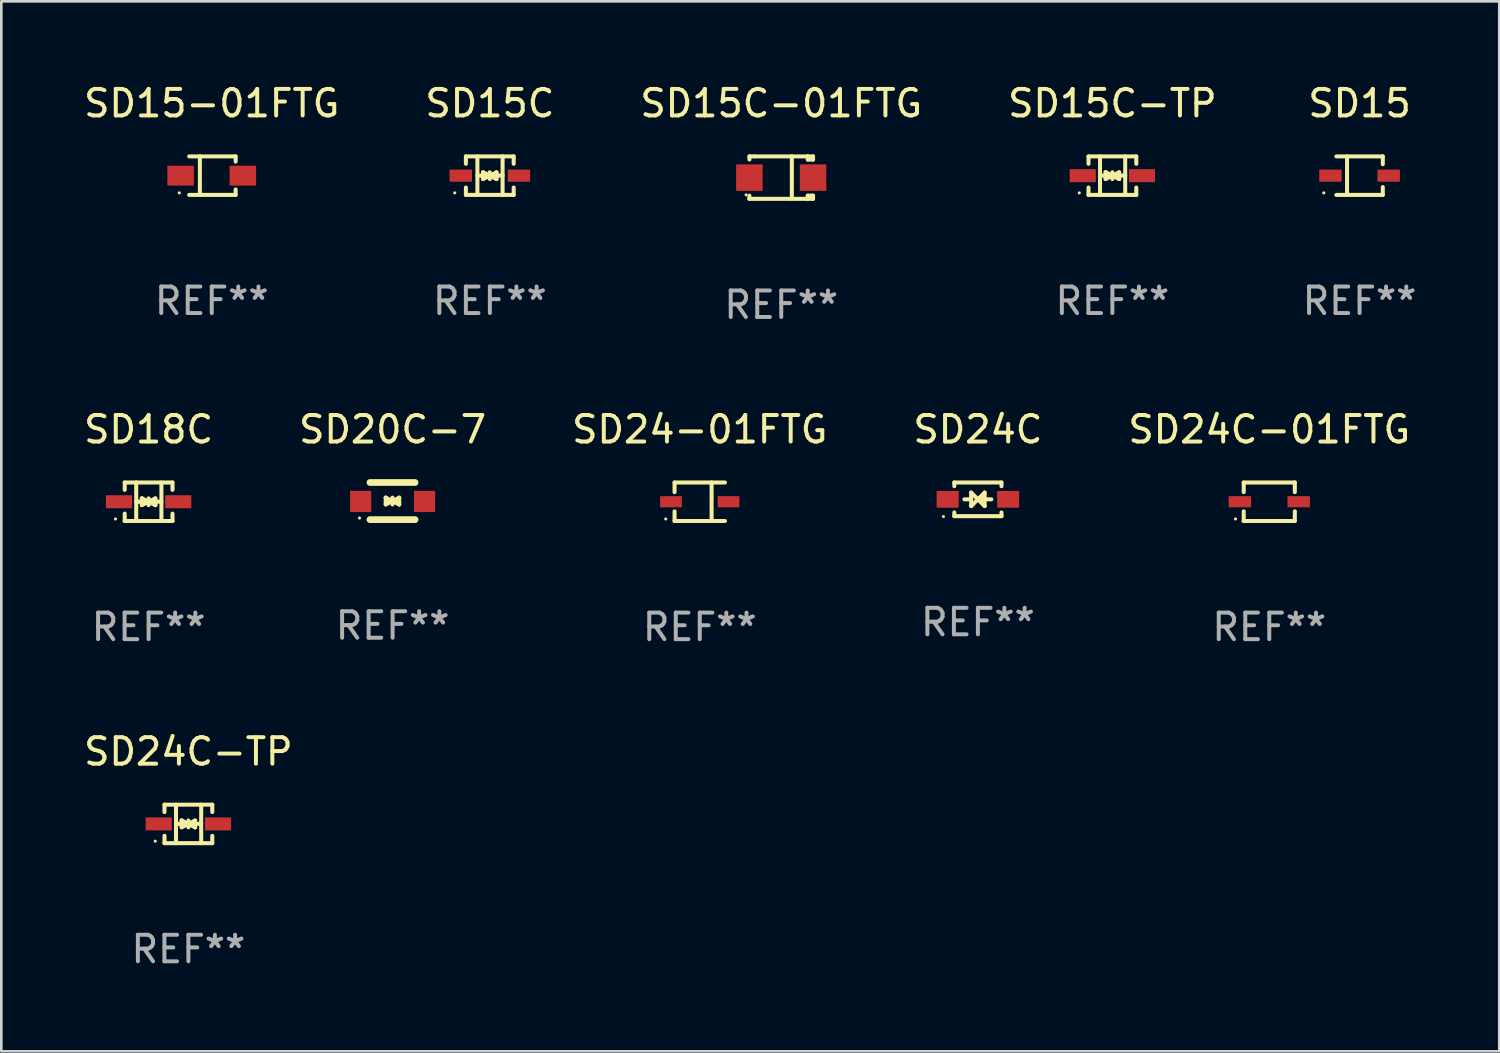
<source format=kicad_pcb>
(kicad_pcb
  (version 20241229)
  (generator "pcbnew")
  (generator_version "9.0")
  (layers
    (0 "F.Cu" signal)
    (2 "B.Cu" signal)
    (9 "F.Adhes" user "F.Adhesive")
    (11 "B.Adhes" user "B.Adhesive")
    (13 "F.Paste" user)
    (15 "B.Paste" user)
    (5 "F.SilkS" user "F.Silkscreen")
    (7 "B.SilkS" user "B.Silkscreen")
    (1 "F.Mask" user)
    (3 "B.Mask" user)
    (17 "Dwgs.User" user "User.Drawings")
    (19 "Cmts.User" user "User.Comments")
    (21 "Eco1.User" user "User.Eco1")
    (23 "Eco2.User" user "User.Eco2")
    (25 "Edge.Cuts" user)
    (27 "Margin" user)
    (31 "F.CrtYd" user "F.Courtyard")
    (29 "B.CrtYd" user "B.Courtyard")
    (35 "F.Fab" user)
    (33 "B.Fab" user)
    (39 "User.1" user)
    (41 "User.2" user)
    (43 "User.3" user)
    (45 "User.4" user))
  (footprint "SD24C-TP"
    (layer "F.Cu")
    (at 4.054 28.02)
    (property "Reference" "SD24C-TP" (at 0 -2.726 0) (layer "F.SilkS") (effects (font (size 1 1) (thickness 0.15))))
    (attr through_hole)
    (fp_line (start -0.901 -0.726) (end -0.901 -0.448) (stroke (width 0.152) (type solid)) (layer "F.SilkS"))
    (fp_line (start -0.901 0.726) (end -0.901 0.448) (stroke (width 0.152) (type solid)) (layer "F.SilkS"))
    (fp_line (start -0.467 0) (end 0.483 -0.003) (stroke (width 0.154) (type solid)) (layer "F.SilkS"))
    (fp_line (start -0.467 0.726) (end -0.467 -0.726) (stroke (width 0.152) (type solid)) (layer "F.SilkS"))
    (fp_line (start -0.254 -0.127) (end -0.254 -0.127) (stroke (width 0.154) (type solid)) (layer "F.SilkS"))
    (fp_line (start -0.254 -0.127) (end -0.002 -0.003) (stroke (width 0.154) (type solid)) (layer "F.SilkS"))
    (fp_line (start -0.254 0.127) (end -0.254 -0.127) (stroke (width 0.154) (type solid)) (layer "F.SilkS"))
    (fp_line (start -0.127 0) (end 0.003 0) (stroke (width 0.154) (type solid)) (layer "F.SilkS"))
    (fp_line (start -0.003 0) (end -0.254 0.127) (stroke (width 0.154) (type solid)) (layer "F.SilkS"))
    (fp_line (start 0 -0.127) (end 0 0.127) (stroke (width 0.154) (type solid)) (layer "F.SilkS"))
    (fp_line (start 0.003 0) (end 0.254 -0.127) (stroke (width 0.154) (type solid)) (layer "F.SilkS"))
    (fp_line (start 0.127 0) (end -0.003 0) (stroke (width 0.154) (type solid)) (layer "F.SilkS"))
    (fp_line (start 0.254 -0.127) (end 0.254 0.127) (stroke (width 0.154) (type solid)) (layer "F.SilkS"))
    (fp_line (start 0.254 0.127) (end 0.002 0.003) (stroke (width 0.154) (type solid)) (layer "F.SilkS"))
    (fp_line (start 0.254 0.127) (end 0.254 0.127) (stroke (width 0.154) (type solid)) (layer "F.SilkS"))
    (fp_line (start 0.483 0.726) (end 0.483 -0.726) (stroke (width 0.152) (type solid)) (layer "F.SilkS"))
    (fp_line (start 0.901 -0.726) (end -0.901 -0.726) (stroke (width 0.152) (type solid)) (layer "F.SilkS"))
    (fp_line (start 0.901 -0.726) (end 0.901 -0.448) (stroke (width 0.152) (type solid)) (layer "F.SilkS"))
    (fp_line (start 0.901 0.726) (end -0.901 0.726) (stroke (width 0.152) (type solid)) (layer "F.SilkS"))
    (fp_line (start 0.901 0.726) (end 0.901 0.448) (stroke (width 0.152) (type solid)) (layer "F.SilkS"))
    (fp_circle (center -1.25 0.65) (end -1.22 0.65) (stroke (width 0.06) (type solid)) (fill no) (layer "F.SilkS"))
    (fp_text user "REF**" (at 0 4.726 0) (layer "F.Fab") (effects (font (size 1 1) (thickness 0.15))))
    (pad "1" smd rect (at -1.118 0) (size 0.985 0.49) (layers "F.Cu" "F.Mask" "F.Paste"))
    (pad "2" smd rect (at 1.118 0) (size 0.985 0.49) (layers "F.Cu" "F.Mask" "F.Paste")))
  (footprint "SD18C"
    (layer "F.Cu")
    (at 2.554 15.871)
    (property "Reference" "SD18C" (at 0 -2.726 0) (layer "F.SilkS") (effects (font (size 1 1) (thickness 0.15))))
    (attr through_hole)
    (fp_line (start -0.901 -0.726) (end -0.901 -0.448) (stroke (width 0.152) (type solid)) (layer "F.SilkS"))
    (fp_line (start -0.901 0.726) (end -0.901 0.448) (stroke (width 0.152) (type solid)) (layer "F.SilkS"))
    (fp_line (start -0.467 0) (end 0.483 -0.003) (stroke (width 0.154) (type solid)) (layer "F.SilkS"))
    (fp_line (start -0.467 0.726) (end -0.467 -0.726) (stroke (width 0.152) (type solid)) (layer "F.SilkS"))
    (fp_line (start -0.254 -0.127) (end -0.254 -0.127) (stroke (width 0.154) (type solid)) (layer "F.SilkS"))
    (fp_line (start -0.254 -0.127) (end -0.002 -0.003) (stroke (width 0.154) (type solid)) (layer "F.SilkS"))
    (fp_line (start -0.254 0.127) (end -0.254 -0.127) (stroke (width 0.154) (type solid)) (layer "F.SilkS"))
    (fp_line (start -0.127 0) (end 0.003 0) (stroke (width 0.154) (type solid)) (layer "F.SilkS"))
    (fp_line (start -0.003 0) (end -0.254 0.127) (stroke (width 0.154) (type solid)) (layer "F.SilkS"))
    (fp_line (start 0 -0.127) (end 0 0.127) (stroke (width 0.154) (type solid)) (layer "F.SilkS"))
    (fp_line (start 0.003 0) (end 0.254 -0.127) (stroke (width 0.154) (type solid)) (layer "F.SilkS"))
    (fp_line (start 0.127 0) (end -0.003 0) (stroke (width 0.154) (type solid)) (layer "F.SilkS"))
    (fp_line (start 0.254 -0.127) (end 0.254 0.127) (stroke (width 0.154) (type solid)) (layer "F.SilkS"))
    (fp_line (start 0.254 0.127) (end 0.002 0.003) (stroke (width 0.154) (type solid)) (layer "F.SilkS"))
    (fp_line (start 0.254 0.127) (end 0.254 0.127) (stroke (width 0.154) (type solid)) (layer "F.SilkS"))
    (fp_line (start 0.483 0.726) (end 0.483 -0.726) (stroke (width 0.152) (type solid)) (layer "F.SilkS"))
    (fp_line (start 0.901 -0.726) (end -0.901 -0.726) (stroke (width 0.152) (type solid)) (layer "F.SilkS"))
    (fp_line (start 0.901 -0.726) (end 0.901 -0.448) (stroke (width 0.152) (type solid)) (layer "F.SilkS"))
    (fp_line (start 0.901 0.726) (end -0.901 0.726) (stroke (width 0.152) (type solid)) (layer "F.SilkS"))
    (fp_line (start 0.901 0.726) (end 0.901 0.448) (stroke (width 0.152) (type solid)) (layer "F.SilkS"))
    (fp_circle (center -1.25 0.65) (end -1.22 0.65) (stroke (width 0.06) (type solid)) (fill no) (layer "F.SilkS"))
    (fp_text user "REF**" (at 0 4.726 0) (layer "F.Fab") (effects (font (size 1 1) (thickness 0.15))))
    (pad "1" smd rect (at -1.118 0) (size 0.985 0.49) (layers "F.Cu" "F.Mask" "F.Paste"))
    (pad "2" smd rect (at 1.118 0) (size 0.985 0.49) (layers "F.Cu" "F.Mask" "F.Paste")))
  (footprint "SD15C-01FTG"
    (layer "F.Cu")
    (at 26.411 3.648)
    (property "Reference" "SD15C-01FTG" (at 0 -2.8 0) (layer "F.SilkS") (effects (font (size 1 1) (thickness 0.15))))
    (attr through_hole)
    (fp_line (start -1.2 -0.8) (end -1.2 -0.68) (stroke (width 0.152) (type solid)) (layer "F.SilkS"))
    (fp_line (start -1.2 0.68) (end -1.2 0.8) (stroke (width 0.152) (type solid)) (layer "F.SilkS"))
    (fp_line (start -1.2 0.8) (end -1 0.8) (stroke (width 0.152) (type solid)) (layer "F.SilkS"))
    (fp_line (start -1 -0.8) (end -1.2 -0.8) (stroke (width 0.152) (type solid)) (layer "F.SilkS"))
    (fp_line (start -1 -0.8) (end 1 -0.8) (stroke (width 0.152) (type solid)) (layer "F.SilkS"))
    (fp_line (start -1 0.8) (end 1 0.8) (stroke (width 0.152) (type solid)) (layer "F.SilkS"))
    (fp_line (start 0.4 -0.8) (end 0.4 0.8) (stroke (width 0.152) (type solid)) (layer "F.SilkS"))
    (fp_line (start 1 -0.8) (end 1 -0.68) (stroke (width 0.152) (type solid)) (layer "F.SilkS"))
    (fp_line (start 1 -0.8) (end 1.2 -0.8) (stroke (width 0.152) (type solid)) (layer "F.SilkS"))
    (fp_line (start 1 0.68) (end 1 0.8) (stroke (width 0.152) (type solid)) (layer "F.SilkS"))
    (fp_line (start 1 0.68) (end 1.2 0.68) (stroke (width 0.152) (type solid)) (layer "F.SilkS"))
    (fp_line (start 1.2 -0.8) (end 1.2 -0.68) (stroke (width 0.152) (type solid)) (layer "F.SilkS"))
    (fp_line (start 1.2 -0.68) (end 1 -0.68) (stroke (width 0.152) (type solid)) (layer "F.SilkS"))
    (fp_line (start 1.2 0.68) (end 1.2 0.8) (stroke (width 0.152) (type solid)) (layer "F.SilkS"))
    (fp_line (start 1.2 0.8) (end 1 0.8) (stroke (width 0.152) (type solid)) (layer "F.SilkS"))
    (fp_circle (center -1.325 0.65) (end -1.295 0.65) (stroke (width 0.06) (type solid)) (fill no) (layer "F.SilkS"))
    (fp_text user "REF**" (at 0 4.8 0) (layer "F.Fab") (effects (font (size 1 1) (thickness 0.15))))
    (pad "1" smd rect (at -1.2 0 180) (size 1 1) (layers "F.Cu" "F.Mask" "F.Paste"))
    (pad "2" smd rect (at 1.2 0 180) (size 1 1) (layers "F.Cu" "F.Mask" "F.Paste")))
  (footprint "SD20C-7"
    (layer "F.Cu")
    (at 11.756 15.845)
    (property "Reference" "SD20C-7" (at 0 -2.7 0) (layer "F.SilkS") (effects (font (size 1 1) (thickness 0.15))))
    (attr through_hole)
    (fp_line (start -0.855 -0.7) (end 0.845 -0.7) (stroke (width 0.254) (type solid)) (layer "F.SilkS"))
    (fp_line (start -0.855 0.7) (end 0.845 0.7) (stroke (width 0.254) (type solid)) (layer "F.SilkS"))
    (fp_line (start -0.26 -0.127) (end -0.26 -0.127) (stroke (width 0.154) (type solid)) (layer "F.SilkS"))
    (fp_line (start -0.26 -0.127) (end -0.008 -0.003) (stroke (width 0.154) (type solid)) (layer "F.SilkS"))
    (fp_line (start -0.26 0.127) (end -0.26 -0.127) (stroke (width 0.154) (type solid)) (layer "F.SilkS"))
    (fp_line (start -0.133 0.000483) (end -0.003 0.000483) (stroke (width 0.154) (type solid)) (layer "F.SilkS"))
    (fp_line (start -0.009 0.000483) (end -0.26 0.127) (stroke (width 0.154) (type solid)) (layer "F.SilkS"))
    (fp_line (start -0.006 -0.127) (end -0.006 0.127) (stroke (width 0.154) (type solid)) (layer "F.SilkS"))
    (fp_line (start -0.003 0.000483) (end 0.248 -0.127) (stroke (width 0.154) (type solid)) (layer "F.SilkS"))
    (fp_line (start 0.121 0.000483) (end -0.009 0.000483) (stroke (width 0.154) (type solid)) (layer "F.SilkS"))
    (fp_line (start 0.248 -0.127) (end 0.248 0.127) (stroke (width 0.154) (type solid)) (layer "F.SilkS"))
    (fp_line (start 0.248 0.127) (end -0.004 0.004) (stroke (width 0.154) (type solid)) (layer "F.SilkS"))
    (fp_line (start 0.248 0.127) (end 0.248 0.127) (stroke (width 0.154) (type solid)) (layer "F.SilkS"))
    (fp_circle (center -1.25 0.64) (end -1.22 0.64) (stroke (width 0.06) (type solid)) (fill no) (layer "F.SilkS"))
    (fp_text user "REF**" (at 0 4.7 0) (layer "F.Fab") (effects (font (size 1 1) (thickness 0.15))))
    (pad "1" smd rect (at -1.205 0.015) (size 0.8 0.8) (layers "F.Cu" "F.Mask" "F.Paste"))
    (pad "2" smd rect (at 1.205 0.015) (size 0.8 0.8) (layers "F.Cu" "F.Mask" "F.Paste")))
  (footprint "SD24C-01FTG"
    (layer "F.Cu")
    (at 44.815 15.871)
    (property "Reference" "SD24C-01FTG" (at 0 -2.726 0) (layer "F.SilkS") (effects (font (size 1 1) (thickness 0.15))))
    (attr through_hole)
    (fp_line (start -0.964 -0.726) (end 0.964 -0.726) (stroke (width 0.152) (type solid)) (layer "F.SilkS"))
    (fp_line (start -0.964 -0.362) (end -0.964 -0.726) (stroke (width 0.152) (type solid)) (layer "F.SilkS"))
    (fp_line (start -0.964 0.362) (end -0.964 0.726) (stroke (width 0.152) (type solid)) (layer "F.SilkS"))
    (fp_line (start -0.964 0.726) (end 0.964 0.726) (stroke (width 0.152) (type solid)) (layer "F.SilkS"))
    (fp_line (start 0.964 -0.362) (end 0.964 -0.726) (stroke (width 0.152) (type solid)) (layer "F.SilkS"))
    (fp_line (start 0.964 0.362) (end 0.964 0.726) (stroke (width 0.152) (type solid)) (layer "F.SilkS"))
    (fp_circle (center -1.275 0.65) (end -1.245 0.65) (stroke (width 0.06) (type solid)) (fill no) (layer "F.SilkS"))
    (fp_text user "REF**" (at 0 4.726 0) (layer "F.Fab") (effects (font (size 1 1) (thickness 0.15))))
    (pad "1" smd rect (at -1.11 -0.000076) (size 0.845 0.42) (layers "F.Cu" "F.Mask" "F.Paste"))
    (pad "2" smd rect (at 1.11 -0.000076) (size 0.845 0.42) (layers "F.Cu" "F.Mask" "F.Paste")))
  (footprint "SD24C"
    (layer "F.Cu")
    (at 33.827 15.78)
    (property "Reference" "SD24C" (at 0 -2.635 0) (layer "F.SilkS") (effects (font (size 1 1) (thickness 0.15))))
    (attr through_hole)
    (fp_line (start -0.889 -0.635) (end 0.889 -0.635) (stroke (width 0.152) (type solid)) (layer "F.SilkS"))
    (fp_line (start -0.889 -0.495) (end -0.889 -0.635) (stroke (width 0.152) (type solid)) (layer "F.SilkS"))
    (fp_line (start -0.889 0.635) (end -0.889 0.495) (stroke (width 0.152) (type solid)) (layer "F.SilkS"))
    (fp_line (start -0.889 0.635) (end 0.889 0.635) (stroke (width 0.152) (type solid)) (layer "F.SilkS"))
    (fp_line (start -0.508 -0.000051) (end -0.254 -0.000051) (stroke (width 0.152) (type solid)) (layer "F.SilkS"))
    (fp_line (start -0.254 -0.254) (end 0 -0.000051) (stroke (width 0.152) (type solid)) (layer "F.SilkS"))
    (fp_line (start -0.254 0.254) (end -0.254 -0.254) (stroke (width 0.152) (type solid)) (layer "F.SilkS"))
    (fp_line (start 0 -0.000051) (end -0.254 0.254) (stroke (width 0.152) (type solid)) (layer "F.SilkS"))
    (fp_line (start 0 -0.000051) (end 0.254 -0.254) (stroke (width 0.152) (type solid)) (layer "F.SilkS"))
    (fp_line (start 0.254 -0.254) (end 0.254 0.254) (stroke (width 0.152) (type solid)) (layer "F.SilkS"))
    (fp_line (start 0.254 0.254) (end 0 -0.000051) (stroke (width 0.152) (type solid)) (layer "F.SilkS"))
    (fp_line (start 0.508 -0.000051) (end 0.127 -0.000051) (stroke (width 0.152) (type solid)) (layer "F.SilkS"))
    (fp_line (start 0.889 -0.635) (end 0.889 -0.495) (stroke (width 0.152) (type solid)) (layer "F.SilkS"))
    (fp_line (start 0.889 0.495) (end 0.889 0.635) (stroke (width 0.152) (type solid)) (layer "F.SilkS"))
    (fp_circle (center -1.3 0.65) (end -1.27 0.65) (stroke (width 0.06) (type solid)) (fill no) (layer "F.SilkS"))
    (fp_text user "REF**" (at 0 4.635 0) (layer "F.Fab") (effects (font (size 1 1) (thickness 0.15))))
    (pad "1" smd rect (at -1.14 0.000152 90) (size 0.63 0.83) (layers "F.Cu" "F.Mask" "F.Paste"))
    (pad "2" smd rect (at 1.14 -0.000102 90) (size 0.63 0.83) (layers "F.Cu" "F.Mask" "F.Paste")))
  (footprint "SD15C"
    (layer "F.Cu")
    (at 15.423 3.574)
    (property "Reference" "SD15C" (at 0 -2.726 0) (layer "F.SilkS") (effects (font (size 1 1) (thickness 0.15))))
    (attr through_hole)
    (fp_line (start -0.904 -0.726) (end -0.904 -0.448) (stroke (width 0.152) (type solid)) (layer "F.SilkS"))
    (fp_line (start -0.904 0.726) (end -0.904 0.448) (stroke (width 0.152) (type solid)) (layer "F.SilkS"))
    (fp_line (start -0.47 0) (end 0.48 -0.003) (stroke (width 0.154) (type solid)) (layer "F.SilkS"))
    (fp_line (start -0.47 0.726) (end -0.47 -0.726) (stroke (width 0.152) (type solid)) (layer "F.SilkS"))
    (fp_line (start -0.257 -0.127) (end -0.005 -0.003) (stroke (width 0.154) (type solid)) (layer "F.SilkS"))
    (fp_line (start -0.257 0.127) (end -0.257 -0.127) (stroke (width 0.154) (type solid)) (layer "F.SilkS"))
    (fp_line (start -0.13 0) (end 0 0) (stroke (width 0.154) (type solid)) (layer "F.SilkS"))
    (fp_line (start -0.006 0) (end -0.257 0.127) (stroke (width 0.154) (type solid)) (layer "F.SilkS"))
    (fp_line (start -0.003 -0.127) (end -0.003 0.127) (stroke (width 0.154) (type solid)) (layer "F.SilkS"))
    (fp_line (start 0 0) (end 0.251 -0.127) (stroke (width 0.154) (type solid)) (layer "F.SilkS"))
    (fp_line (start 0.124 0) (end -0.006 0) (stroke (width 0.154) (type solid)) (layer "F.SilkS"))
    (fp_line (start 0.251 -0.127) (end 0.251 0.127) (stroke (width 0.154) (type solid)) (layer "F.SilkS"))
    (fp_line (start 0.251 0.127) (end -0.001 0.003) (stroke (width 0.154) (type solid)) (layer "F.SilkS"))
    (fp_line (start 0.48 0.726) (end 0.48 -0.726) (stroke (width 0.152) (type solid)) (layer "F.SilkS"))
    (fp_line (start 0.898 -0.726) (end -0.904 -0.726) (stroke (width 0.152) (type solid)) (layer "F.SilkS"))
    (fp_line (start 0.898 -0.726) (end 0.898 -0.448) (stroke (width 0.152) (type solid)) (layer "F.SilkS"))
    (fp_line (start 0.898 0.726) (end -0.904 0.726) (stroke (width 0.152) (type solid)) (layer "F.SilkS"))
    (fp_line (start 0.898 0.726) (end 0.898 0.448) (stroke (width 0.152) (type solid)) (layer "F.SilkS"))
    (fp_circle (center -1.325 0.65) (end -1.295 0.65) (stroke (width 0.06) (type solid)) (fill no) (layer "F.SilkS"))
    (fp_text user "REF**" (at 0 4.726 0) (layer "F.Fab") (effects (font (size 1 1) (thickness 0.15))))
    (pad "1" smd rect (at -1.098 0 180) (size 0.845 0.455) (layers "F.Cu" "F.Mask" "F.Paste"))
    (pad "2" smd rect (at 1.098 0 180) (size 0.845 0.455) (layers "F.Cu" "F.Mask" "F.Paste")))
  (footprint "SD15"
    (layer "F.Cu")
    (at 48.22 3.574)
    (property "Reference" "SD15" (at 0 -2.726 0) (layer "F.SilkS") (effects (font (size 1 1) (thickness 0.15))))
    (attr through_hole)
    (fp_line (start -0.876 -0.726) (end 0.876 -0.726) (stroke (width 0.152) (type solid)) (layer "F.SilkS"))
    (fp_line (start -0.876 0.726) (end 0.876 0.726) (stroke (width 0.152) (type solid)) (layer "F.SilkS"))
    (fp_line (start -0.472 -0.726) (end -0.472 0.726) (stroke (width 0.152) (type solid)) (layer "F.SilkS"))
    (fp_line (start 0.876 -0.726) (end 0.876 -0.431) (stroke (width 0.152) (type solid)) (layer "F.SilkS"))
    (fp_line (start 0.876 0.726) (end 0.876 0.431) (stroke (width 0.152) (type solid)) (layer "F.SilkS"))
    (fp_circle (center -1.35 0.65) (end -1.32 0.65) (stroke (width 0.06) (type solid)) (fill no) (layer "F.SilkS"))
    (fp_text user "REF**" (at 0 4.726 0) (layer "F.Fab") (effects (font (size 1 1) (thickness 0.15))))
    (pad "1" smd rect (at -1.098 0 180) (size 0.845 0.455) (layers "F.Cu" "F.Mask" "F.Paste"))
    (pad "2" smd rect (at 1.098 0 180) (size 0.845 0.455) (layers "F.Cu" "F.Mask" "F.Paste")))
  (footprint "SD24-01FTG"
    (layer "F.Cu")
    (at 23.339 15.871)
    (property "Reference" "SD24-01FTG" (at 0 -2.726 0) (layer "F.SilkS") (effects (font (size 1 1) (thickness 0.15))))
    (attr through_hole)
    (fp_line (start -0.951 -0.726) (end 0.951 -0.726) (stroke (width 0.152) (type solid)) (layer "F.SilkS"))
    (fp_line (start -0.951 -0.362) (end -0.951 -0.726) (stroke (width 0.152) (type solid)) (layer "F.SilkS"))
    (fp_line (start -0.951 0.362) (end -0.951 0.726) (stroke (width 0.152) (type solid)) (layer "F.SilkS"))
    (fp_line (start -0.951 0.726) (end 0.951 0.726) (stroke (width 0.152) (type solid)) (layer "F.SilkS"))
    (fp_line (start 0.446 -0.726) (end 0.446 0.726) (stroke (width 0.152) (type solid)) (layer "F.SilkS"))
    (fp_circle (center -1.285 0.65) (end -1.255 0.65) (stroke (width 0.06) (type solid)) (fill no) (layer "F.SilkS"))
    (fp_text user "REF**" (at 0 4.726 0) (layer "F.Fab") (effects (font (size 1 1) (thickness 0.15))))
    (pad "1" smd rect (at -1.085 0) (size 0.82 0.42) (layers "F.Cu" "F.Mask" "F.Paste"))
    (pad "2" smd rect (at 1.085 0) (size 0.82 0.42) (layers "F.Cu" "F.Mask" "F.Paste")))
  (footprint "SD15-01FTG"
    (layer "F.Cu")
    (at 4.935 3.574)
    (property "Reference" "SD15-01FTG" (at 0 -2.726 0) (layer "F.SilkS") (effects (font (size 1 1) (thickness 0.15))))
    (attr through_hole)
    (fp_line (start -0.851 -0.726) (end 0.901 -0.726) (stroke (width 0.152) (type solid)) (layer "F.SilkS"))
    (fp_line (start -0.851 0.726) (end 0.901 0.726) (stroke (width 0.152) (type solid)) (layer "F.SilkS"))
    (fp_line (start -0.447 -0.726) (end -0.447 0.726) (stroke (width 0.152) (type solid)) (layer "F.SilkS"))
    (fp_line (start 0.901 -0.726) (end 0.901 -0.53) (stroke (width 0.152) (type solid)) (layer "F.SilkS"))
    (fp_line (start 0.901 0.726) (end 0.901 0.52) (stroke (width 0.152) (type solid)) (layer "F.SilkS"))
    (fp_circle (center -1.225 0.65) (end -1.195 0.65) (stroke (width 0.06) (type solid)) (fill no) (layer "F.SilkS"))
    (fp_text user "REF**" (at 0 4.726 0) (layer "F.Fab") (effects (font (size 1 1) (thickness 0.15))))
    (pad "1" smd rect (at -1.173 0) (size 1 0.75) (layers "F.Cu" "F.Mask" "F.Paste"))
    (pad "2" smd rect (at 1.173 0) (size 1 0.75) (layers "F.Cu" "F.Mask" "F.Paste")))
  (footprint "SD15C-TP"
    (layer "F.Cu")
    (at 38.899 3.574)
    (property "Reference" "SD15C-TP" (at 0 -2.726 0) (layer "F.SilkS") (effects (font (size 1 1) (thickness 0.15))))
    (attr through_hole)
    (fp_line (start -0.901 -0.726) (end -0.901 -0.448) (stroke (width 0.152) (type solid)) (layer "F.SilkS"))
    (fp_line (start -0.901 0.726) (end -0.901 0.448) (stroke (width 0.152) (type solid)) (layer "F.SilkS"))
    (fp_line (start -0.467 0) (end 0.483 -0.003) (stroke (width 0.154) (type solid)) (layer "F.SilkS"))
    (fp_line (start -0.467 0.726) (end -0.467 -0.726) (stroke (width 0.152) (type solid)) (layer "F.SilkS"))
    (fp_line (start -0.254 -0.127) (end -0.254 -0.127) (stroke (width 0.154) (type solid)) (layer "F.SilkS"))
    (fp_line (start -0.254 -0.127) (end -0.002 -0.003) (stroke (width 0.154) (type solid)) (layer "F.SilkS"))
    (fp_line (start -0.254 0.127) (end -0.254 -0.127) (stroke (width 0.154) (type solid)) (layer "F.SilkS"))
    (fp_line (start -0.127 0) (end 0.003 0) (stroke (width 0.154) (type solid)) (layer "F.SilkS"))
    (fp_line (start -0.003 0) (end -0.254 0.127) (stroke (width 0.154) (type solid)) (layer "F.SilkS"))
    (fp_line (start 0 -0.127) (end 0 0.127) (stroke (width 0.154) (type solid)) (layer "F.SilkS"))
    (fp_line (start 0.003 0) (end 0.254 -0.127) (stroke (width 0.154) (type solid)) (layer "F.SilkS"))
    (fp_line (start 0.127 0) (end -0.003 0) (stroke (width 0.154) (type solid)) (layer "F.SilkS"))
    (fp_line (start 0.254 -0.127) (end 0.254 0.127) (stroke (width 0.154) (type solid)) (layer "F.SilkS"))
    (fp_line (start 0.254 0.127) (end 0.002 0.003) (stroke (width 0.154) (type solid)) (layer "F.SilkS"))
    (fp_line (start 0.254 0.127) (end 0.254 0.127) (stroke (width 0.154) (type solid)) (layer "F.SilkS"))
    (fp_line (start 0.483 0.726) (end 0.483 -0.726) (stroke (width 0.152) (type solid)) (layer "F.SilkS"))
    (fp_line (start 0.901 -0.726) (end -0.901 -0.726) (stroke (width 0.152) (type solid)) (layer "F.SilkS"))
    (fp_line (start 0.901 -0.726) (end 0.901 -0.448) (stroke (width 0.152) (type solid)) (layer "F.SilkS"))
    (fp_line (start 0.901 0.726) (end -0.901 0.726) (stroke (width 0.152) (type solid)) (layer "F.SilkS"))
    (fp_line (start 0.901 0.726) (end 0.901 0.448) (stroke (width 0.152) (type solid)) (layer "F.SilkS"))
    (fp_circle (center -1.25 0.65) (end -1.22 0.65) (stroke (width 0.06) (type solid)) (fill no) (layer "F.SilkS"))
    (fp_text user "REF**" (at 0 4.726 0) (layer "F.Fab") (effects (font (size 1 1) (thickness 0.15))))
    (pad "1" smd rect (at -1.118 0) (size 0.985 0.49) (layers "F.Cu" "F.Mask" "F.Paste"))
    (pad "2" smd rect (at 1.118 0) (size 0.985 0.49) (layers "F.Cu" "F.Mask" "F.Paste")))
  (gr_rect
    (start -3 -3)
    (end 53.488 36.595)
    (stroke (width 0.1) (type default))
    (fill no)
    (layer "Edge.Cuts")))
</source>
